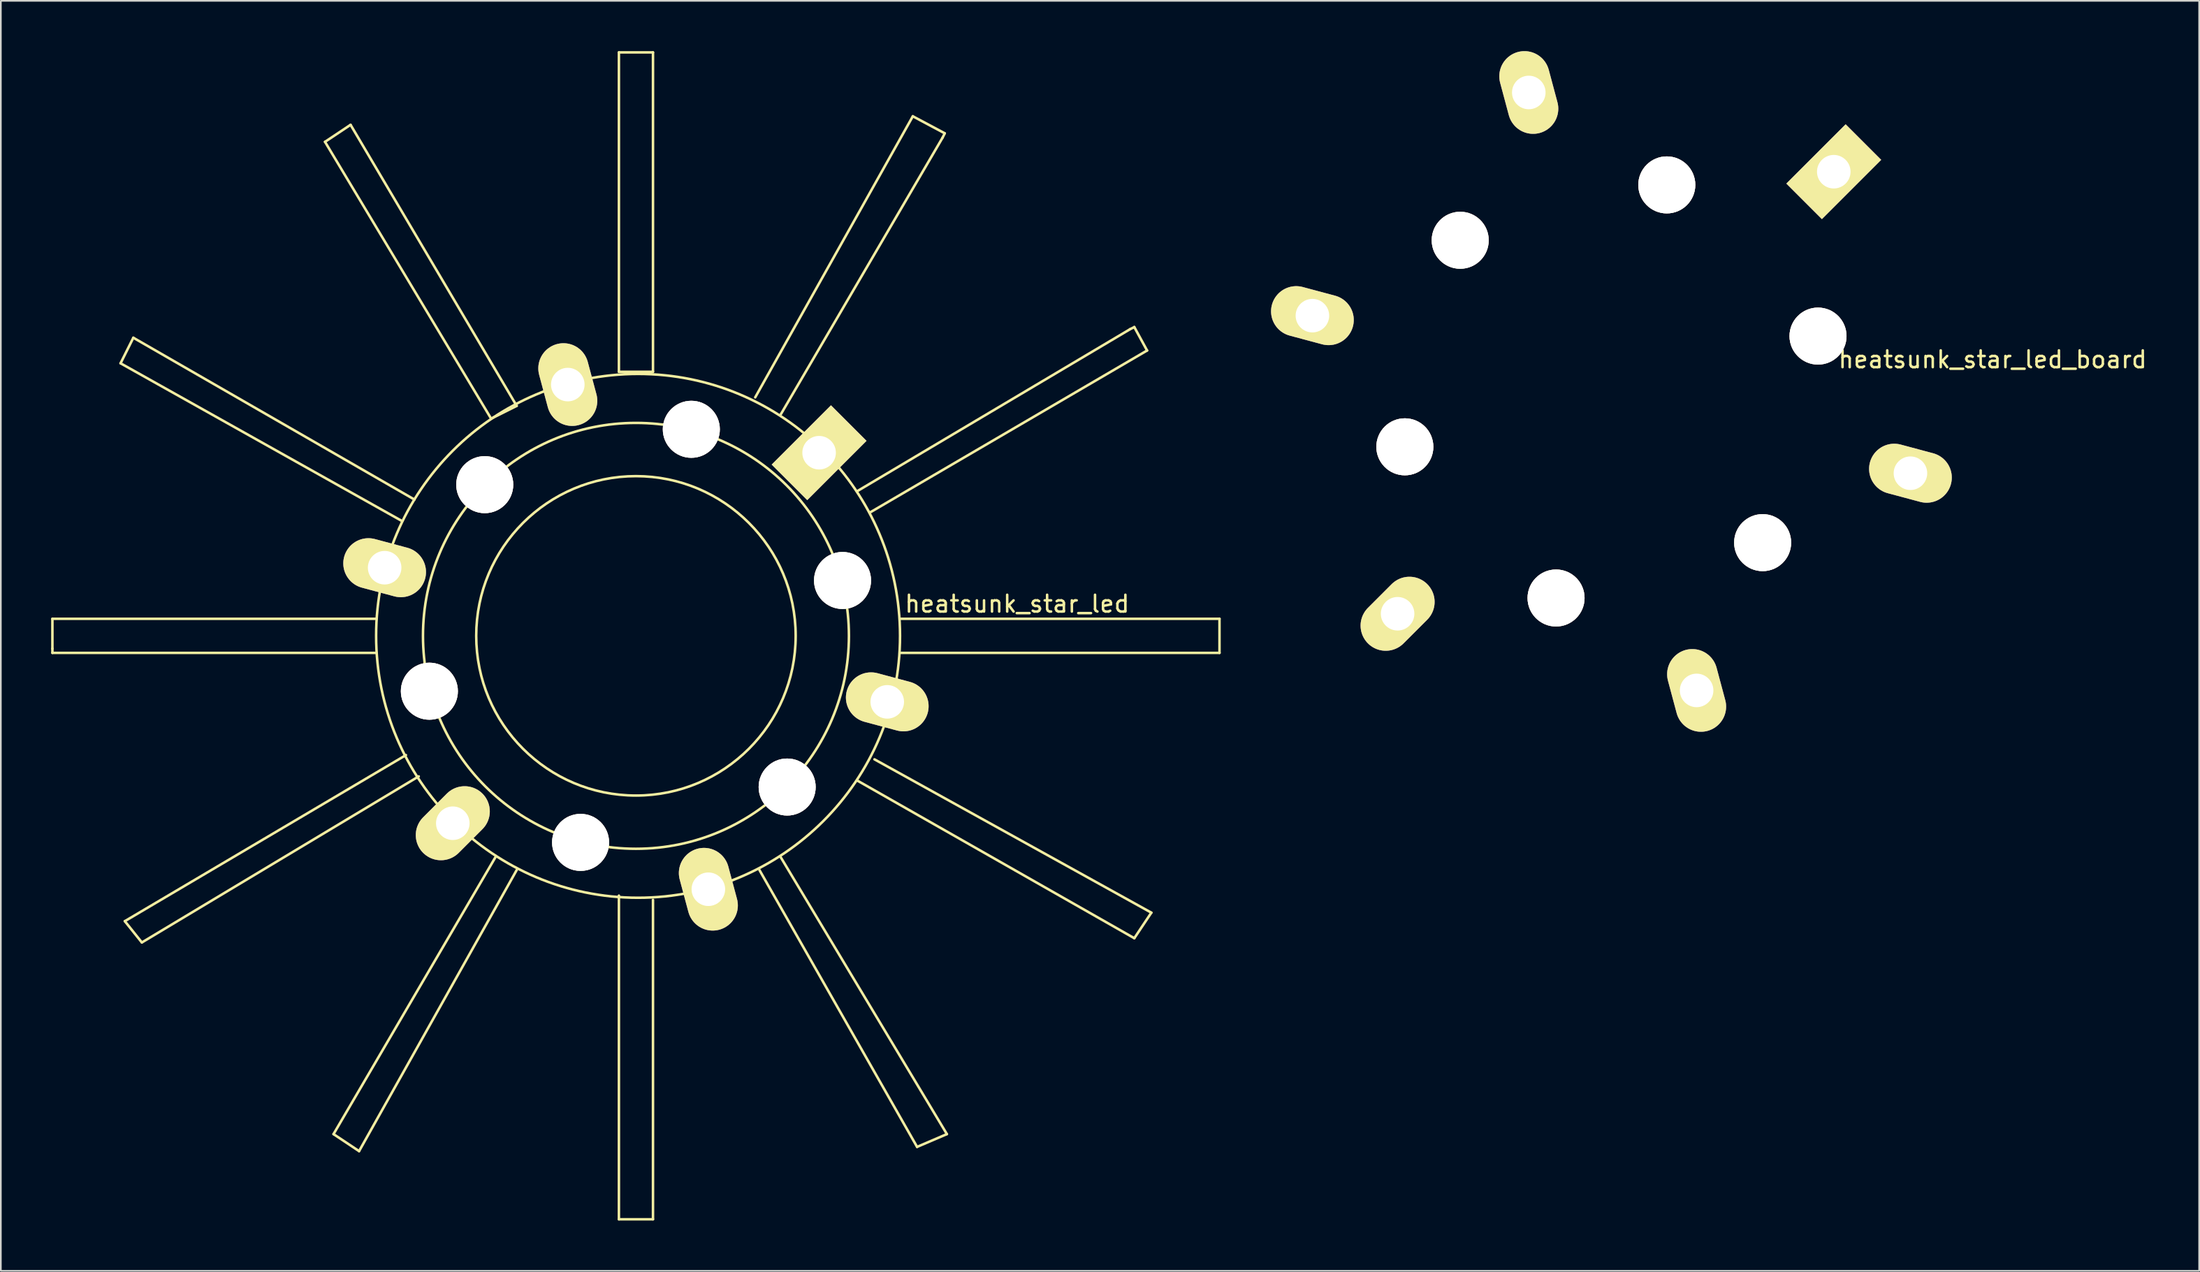
<source format=kicad_pcb>
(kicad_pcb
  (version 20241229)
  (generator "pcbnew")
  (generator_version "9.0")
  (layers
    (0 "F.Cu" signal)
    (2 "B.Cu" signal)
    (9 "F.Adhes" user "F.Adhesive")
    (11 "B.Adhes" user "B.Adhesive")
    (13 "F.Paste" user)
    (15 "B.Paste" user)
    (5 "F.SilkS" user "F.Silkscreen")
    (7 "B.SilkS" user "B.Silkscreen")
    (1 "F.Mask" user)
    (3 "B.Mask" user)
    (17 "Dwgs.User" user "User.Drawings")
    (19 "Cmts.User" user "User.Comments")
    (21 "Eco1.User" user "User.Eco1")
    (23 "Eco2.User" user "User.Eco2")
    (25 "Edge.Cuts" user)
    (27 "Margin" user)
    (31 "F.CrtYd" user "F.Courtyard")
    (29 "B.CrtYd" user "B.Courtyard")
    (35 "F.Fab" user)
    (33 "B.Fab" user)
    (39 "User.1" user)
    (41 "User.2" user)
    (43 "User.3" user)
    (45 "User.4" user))
  (footprint "heatsunk_star_led_board"
    (layer "F.Cu")
    (at 93.043 20.297)
    (property "Reference" "heatsunk_star_led_board" (at 22.733 -1.905 0) (layer "F.SilkS") (effects (font (size 1 1) (thickness 0.15))))
    (attr through_hole)
    (pad "" thru_hole circle (at -12.319 3.302) (size 3.4 3.4) (drill 3.4) (layers "*.Cu" "*.Mask" "F.SilkS"))
    (pad "" thru_hole circle (at -9.017 -9.017) (size 3.4 3.4) (drill 3.4) (layers "*.Cu" "*.Mask" "F.SilkS"))
    (pad "" thru_hole circle (at -3.302 12.319) (size 3.4 3.4) (drill 3.4) (layers "*.Cu" "*.Mask" "F.SilkS"))
    (pad "" thru_hole circle (at 3.302 -12.319) (size 3.4 3.4) (drill 3.4) (layers "*.Cu" "*.Mask" "F.SilkS"))
    (pad "" thru_hole circle (at 9.017 9.017) (size 3.4 3.4) (drill 3.4) (layers "*.Cu" "*.Mask" "F.SilkS"))
    (pad "" thru_hole circle (at 12.319 -3.302) (size 3.4 3.4) (drill 3.4) (layers "*.Cu" "*.Mask" "F.SilkS"))
    (pad "1" thru_hole rect (at 13.259 -13.106 315) (size 3 5) (drill 2) (layers "*.Cu" "*.Mask" "F.SilkS"))
    (pad "2" thru_hole oval (at 17.831 4.877 75) (size 3 5) (drill 2) (layers "*.Cu" "*.Mask" "F.SilkS"))
    (pad "3" thru_hole oval (at 5.08 17.831 15) (size 3 5) (drill 2) (layers "*.Cu" "*.Mask" "F.SilkS"))
    (pad "4" thru_hole oval (at -12.751 13.259 315) (size 3 5) (drill 2) (layers "*.Cu" "*.Mask" "F.SilkS"))
    (pad "5" thru_hole oval (at -17.831 -4.521 75) (size 3 5) (drill 2) (layers "*.Cu" "*.Mask" "F.SilkS"))
    (pad "6" thru_hole oval (at -4.928 -17.831 15) (size 3 5) (drill 2) (layers "*.Cu" "*.Mask" "F.SilkS")))
  (footprint "heatsunk_star_led"
    (layer "F.Cu")
    (at 34.873 34.873)
    (property "Reference" "heatsunk_star_led" (at 22.733 -1.905 0) (layer "F.SilkS") (effects (font (size 1 1) (thickness 0.15))))
    (attr through_hole)
    (fp_line (start -34.798 -1.016) (end -34.798 0.762) (stroke (width 0.15) (type solid)) (layer "F.SilkS"))
    (fp_line (start -34.798 0.762) (end -34.798 1.016) (stroke (width 0.15) (type solid)) (layer "F.SilkS"))
    (fp_line (start -34.798 1.016) (end -15.494 1.016) (stroke (width 0.15) (type solid)) (layer "F.SilkS"))
    (fp_line (start -30.734 -16.256) (end -13.97 -6.858) (stroke (width 0.15) (type solid)) (layer "F.SilkS"))
    (fp_line (start -30.48 17.018) (end -29.464 18.288) (stroke (width 0.15) (type solid)) (layer "F.SilkS"))
    (fp_line (start -29.972 -17.78) (end -30.734 -16.256) (stroke (width 0.15) (type solid)) (layer "F.SilkS"))
    (fp_line (start -29.464 18.288) (end -12.954 8.382) (stroke (width 0.15) (type solid)) (layer "F.SilkS"))
    (fp_line (start -18.542 -29.464) (end -17.018 -30.48) (stroke (width 0.15) (type solid)) (layer "F.SilkS"))
    (fp_line (start -18.034 29.718) (end -16.51 30.734) (stroke (width 0.15) (type solid)) (layer "F.SilkS"))
    (fp_line (start -17.018 -30.48) (end -7.112 -13.716) (stroke (width 0.15) (type solid)) (layer "F.SilkS"))
    (fp_line (start -16.51 30.734) (end -7.112 13.97) (stroke (width 0.15) (type solid)) (layer "F.SilkS"))
    (fp_line (start -15.494 -1.016) (end -34.798 -1.016) (stroke (width 0.15) (type solid)) (layer "F.SilkS"))
    (fp_line (start -13.716 7.112) (end -30.48 17.018) (stroke (width 0.15) (type solid)) (layer "F.SilkS"))
    (fp_line (start -13.208 -8.128) (end -29.972 -17.78) (stroke (width 0.15) (type solid)) (layer "F.SilkS"))
    (fp_line (start -8.636 -12.954) (end -18.542 -29.464) (stroke (width 0.15) (type solid)) (layer "F.SilkS"))
    (fp_line (start -8.382 13.208) (end -18.034 29.718) (stroke (width 0.15) (type solid)) (layer "F.SilkS"))
    (fp_line (start -7.112 -13.716) (end -8.636 -12.954) (stroke (width 0.15) (type solid)) (layer "F.SilkS"))
    (fp_line (start -1.016 -34.798) (end -1.016 -15.748) (stroke (width 0.15) (type solid)) (layer "F.SilkS"))
    (fp_line (start -1.016 -34.798) (end 1.016 -34.798) (stroke (width 0.15) (type solid)) (layer "F.SilkS"))
    (fp_line (start -1.016 -15.748) (end 1.016 -15.748) (stroke (width 0.15) (type solid)) (layer "F.SilkS"))
    (fp_line (start -1.016 15.494) (end -1.016 34.798) (stroke (width 0.15) (type solid)) (layer "F.SilkS"))
    (fp_line (start -1.016 34.798) (end 1.016 34.798) (stroke (width 0.15) (type solid)) (layer "F.SilkS"))
    (fp_line (start 1.016 -15.748) (end 1.016 -34.798) (stroke (width 0.15) (type solid)) (layer "F.SilkS"))
    (fp_line (start 1.016 34.798) (end 1.016 15.748) (stroke (width 0.15) (type solid)) (layer "F.SilkS"))
    (fp_line (start 7.112 -14.224) (end 16.51 -30.988) (stroke (width 0.15) (type solid)) (layer "F.SilkS"))
    (fp_line (start 7.366 13.97) (end 16.764 30.48) (stroke (width 0.15) (type solid)) (layer "F.SilkS"))
    (fp_line (start 13.208 -8.636) (end 29.464 -18.288) (stroke (width 0.15) (type solid)) (layer "F.SilkS"))
    (fp_line (start 13.97 -7.366) (end 30.48 -17.018) (stroke (width 0.15) (type solid)) (layer "F.SilkS"))
    (fp_line (start 14.224 7.366) (end 30.734 16.51) (stroke (width 0.15) (type solid)) (layer "F.SilkS"))
    (fp_line (start 15.748 -1.016) (end 34.798 -1.016) (stroke (width 0.15) (type solid)) (layer "F.SilkS"))
    (fp_line (start 16.51 -30.988) (end 18.415 -29.972) (stroke (width 0.15) (type solid)) (layer "F.SilkS"))
    (fp_line (start 16.764 30.48) (end 18.542 29.718) (stroke (width 0.15) (type solid)) (layer "F.SilkS"))
    (fp_line (start 18.288 -29.718) (end 8.636 -13.208) (stroke (width 0.15) (type solid)) (layer "F.SilkS"))
    (fp_line (start 18.415 -29.972) (end 18.288 -29.718) (stroke (width 0.15) (type solid)) (layer "F.SilkS"))
    (fp_line (start 18.542 29.718) (end 8.636 13.208) (stroke (width 0.15) (type solid)) (layer "F.SilkS"))
    (fp_line (start 29.718 -18.415) (end 29.464 -18.288) (stroke (width 0.15) (type solid)) (layer "F.SilkS"))
    (fp_line (start 29.718 18.034) (end 13.208 8.636) (stroke (width 0.15) (type solid)) (layer "F.SilkS"))
    (fp_line (start 30.48 -17.018) (end 29.718 -18.415) (stroke (width 0.15) (type solid)) (layer "F.SilkS"))
    (fp_line (start 30.734 16.51) (end 29.718 18.034) (stroke (width 0.15) (type solid)) (layer "F.SilkS"))
    (fp_line (start 34.798 -1.016) (end 34.798 1.016) (stroke (width 0.15) (type solid)) (layer "F.SilkS"))
    (fp_line (start 34.798 1.016) (end 15.748 1.016) (stroke (width 0.15) (type solid)) (layer "F.SilkS"))
    (fp_circle (center 0 0) (end 9.525 0) (stroke (width 0.15) (type solid)) (fill no) (layer "F.SilkS"))
    (fp_circle (center 0 0) (end 12.7 0) (stroke (width 0.15) (type solid)) (fill no) (layer "F.SilkS"))
    (fp_circle (center 0.127 0) (end 15.748 0) (stroke (width 0.15) (type solid)) (fill no) (layer "F.SilkS"))
    (pad "" thru_hole circle (at -12.319 3.302) (size 3.4 3.4) (drill 3.4) (layers "*.Cu" "*.Mask" "F.SilkS"))
    (pad "" thru_hole circle (at -9.017 -9.017) (size 3.4 3.4) (drill 3.4) (layers "*.Cu" "*.Mask" "F.SilkS"))
    (pad "" thru_hole circle (at -3.302 12.319) (size 3.4 3.4) (drill 3.4) (layers "*.Cu" "*.Mask" "F.SilkS"))
    (pad "" thru_hole circle (at 3.302 -12.319) (size 3.4 3.4) (drill 3.4) (layers "*.Cu" "*.Mask" "F.SilkS"))
    (pad "" thru_hole circle (at 9.017 9.017) (size 3.4 3.4) (drill 3.4) (layers "*.Cu" "*.Mask" "F.SilkS"))
    (pad "" thru_hole circle (at 12.319 -3.302) (size 3.4 3.4) (drill 3.4) (layers "*.Cu" "*.Mask" "F.SilkS"))
    (pad "1" thru_hole rect (at 10.922 -10.922 315) (size 3 5) (drill 2) (layers "*.Cu" "*.Mask" "F.SilkS"))
    (pad "2" thru_hole oval (at 14.986 3.937 75) (size 3 5) (drill 2) (layers "*.Cu" "*.Mask" "F.SilkS"))
    (pad "3" thru_hole oval (at 4.318 15.113 15) (size 3 5) (drill 2) (layers "*.Cu" "*.Mask" "F.SilkS"))
    (pad "4" thru_hole oval (at -10.922 11.176 315) (size 3 5) (drill 2) (layers "*.Cu" "*.Mask" "F.SilkS"))
    (pad "5" thru_hole oval (at -14.986 -4.064 75) (size 3 5) (drill 2) (layers "*.Cu" "*.Mask" "F.SilkS"))
    (pad "6" thru_hole oval (at -4.064 -14.986 15) (size 3 5) (drill 2) (layers "*.Cu" "*.Mask" "F.SilkS")))
  (gr_rect
    (start -3 -3)
    (end 128.091 72.746)
    (stroke (width 0.1) (type default))
    (fill no)
    (layer "Edge.Cuts")))
</source>
